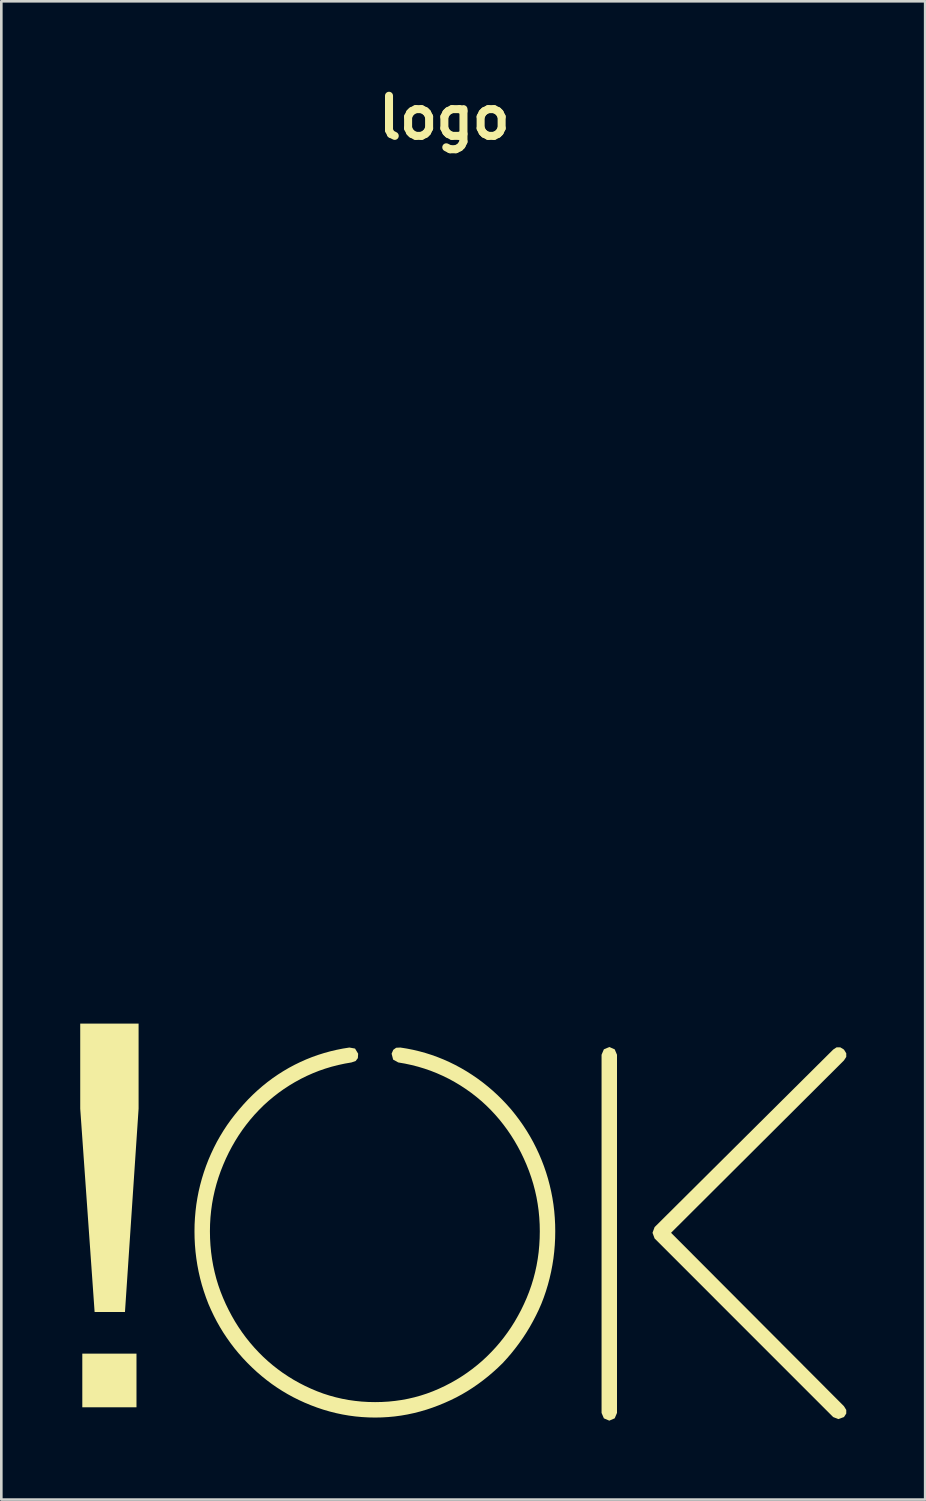
<source format=kicad_pcb>
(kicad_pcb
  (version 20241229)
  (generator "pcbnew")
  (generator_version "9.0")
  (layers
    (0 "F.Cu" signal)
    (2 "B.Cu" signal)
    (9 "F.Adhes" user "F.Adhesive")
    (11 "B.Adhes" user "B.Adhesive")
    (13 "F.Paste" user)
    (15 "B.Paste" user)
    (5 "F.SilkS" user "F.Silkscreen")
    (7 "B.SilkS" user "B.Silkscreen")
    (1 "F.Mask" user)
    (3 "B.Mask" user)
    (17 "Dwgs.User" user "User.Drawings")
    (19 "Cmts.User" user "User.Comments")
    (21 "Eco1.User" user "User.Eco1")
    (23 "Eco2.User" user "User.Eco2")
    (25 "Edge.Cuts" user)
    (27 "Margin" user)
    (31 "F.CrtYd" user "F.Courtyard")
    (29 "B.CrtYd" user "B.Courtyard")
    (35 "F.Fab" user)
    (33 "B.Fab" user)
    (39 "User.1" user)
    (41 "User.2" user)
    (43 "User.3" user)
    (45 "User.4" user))
  (footprint "logo"
    (layer "F.Cu")
    (at 14.094 43.426)
    (property "Reference" "logo" (at -0.25 -42 0) (layer "F.SilkS") (effects (font (size 1.524 1.524) (thickness 0.305))))
    (attr exclude_from_pos_files exclude_from_bom)
    (fp_poly (pts (xy -14.015 7.026) (xy -14.015 4.986) (xy -11.955 4.986) (xy -11.955 7.026) (xy -14.015 7.026)) (stroke (width 0) (type solid)) (fill yes) (layer "F.SilkS"))
    (fp_poly (pts (xy -13.547 3.404) (xy -14.094 -4.327) (xy -14.094 -7.561) (xy -11.875 -7.561) (xy -11.875 -4.327) (xy -12.393 3.404) (xy -13.547 3.404)) (stroke (width 0) (type solid)) (fill yes) (layer "F.SilkS"))
    (fp_poly (pts (xy 6.02 7.534) (xy 5.814 7.446) (xy 5.726 7.24) (xy 5.726 -6.377) (xy 5.814 -6.583) (xy 6.02 -6.671) (xy 6.225 -6.583) (xy 6.313 -6.377) (xy 6.313 7.24) (xy 6.225 7.446) (xy 6.02 7.534)) (stroke (width 0) (type solid)) (fill yes) (layer "F.SilkS"))
    (fp_poly (pts (xy 14.726 7.475) (xy 14.531 7.397) (xy 7.742 0.607) (xy 7.663 0.392) (xy 7.742 0.177) (xy 14.531 -6.573) (xy 14.663 -6.66) (xy 14.8 -6.66) (xy 14.942 -6.573) (xy 15.029 -6.432) (xy 15.029 -6.295) (xy 14.942 -6.162) (xy 8.368 0.392) (xy 14.942 6.986) (xy 15.029 7.127) (xy 15.029 7.264) (xy 14.942 7.397) (xy 14.726 7.475)) (stroke (width 0) (type solid)) (fill yes) (layer "F.SilkS"))
    (fp_poly (pts (xy -2.883 7.416) (xy -3.134 7.411) (xy -3.384 7.397) (xy -3.633 7.374) (xy -3.88 7.341) (xy -4.125 7.299) (xy -4.369 7.247) (xy -4.611 7.186) (xy -4.851 7.116) (xy -5.09 7.036) (xy -5.327 6.947) (xy -5.563 6.849) (xy -5.781 6.749) (xy -5.996 6.642) (xy -6.206 6.527) (xy -6.412 6.405) (xy -6.613 6.276) (xy -6.811 6.139) (xy -7.004 5.994) (xy -7.193 5.842) (xy -7.378 5.683) (xy -7.558 5.516) (xy -7.735 5.342) (xy -7.906 5.162) (xy -8.069 4.977) (xy -8.226 4.787) (xy -8.375 4.592) (xy -8.517 4.392) (xy -8.653 4.188) (xy -8.781 3.978) (xy -8.902 3.764) (xy -9.015 3.545) (xy -9.122 3.321) (xy -9.222 3.092) (xy -9.313 2.853) (xy -9.396 2.611) (xy -9.471 2.367) (xy -9.536 2.121) (xy -9.593 1.872) (xy -9.641 1.621) (xy -9.68 1.368) (xy -9.711 1.113) (xy -9.733 0.855) (xy -9.746 0.596) (xy -9.75 0.333) (xy -9.746 0.076) (xy -9.732 -0.179) (xy -9.71 -0.433) (xy -9.68 -0.684) (xy -9.64 -0.933) (xy -9.592 -1.181) (xy -9.534 -1.426) (xy -9.468 -1.67) (xy -9.393 -1.912) (xy -9.31 -2.151) (xy -9.218 -2.388) (xy -9.118 -2.619) (xy -9.011 -2.846) (xy -8.897 -3.069) (xy -8.774 -3.286) (xy -8.644 -3.499) (xy -8.507 -3.707) (xy -8.361 -3.911) (xy -8.208 -4.109) (xy -8.048 -4.304) (xy -7.881 -4.495) (xy -7.709 -4.68) (xy -7.533 -4.856) (xy -7.351 -5.025) (xy -7.165 -5.186) (xy -6.974 -5.34) (xy -6.778 -5.486) (xy -6.576 -5.625) (xy -6.371 -5.755) (xy -6.16 -5.879) (xy -5.945 -5.994) (xy -5.727 -6.1) (xy -5.505 -6.199) (xy -5.28 -6.289) (xy -5.052 -6.37) (xy -4.82 -6.443) (xy -4.585 -6.508) (xy -4.347 -6.564) (xy -4.106 -6.612) (xy -3.861 -6.651) (xy -3.646 -6.612) (xy -3.528 -6.417) (xy -3.539 -6.249) (xy -3.624 -6.138) (xy -3.783 -6.084) (xy -4.037 -6.04) (xy -4.287 -5.986) (xy -4.534 -5.923) (xy -4.776 -5.85) (xy -5.014 -5.768) (xy -5.248 -5.675) (xy -5.478 -5.573) (xy -5.703 -5.462) (xy -5.925 -5.341) (xy -6.141 -5.211) (xy -6.351 -5.074) (xy -6.553 -4.93) (xy -6.749 -4.778) (xy -6.938 -4.62) (xy -7.121 -4.454) (xy -7.296 -4.28) (xy -7.465 -4.1) (xy -7.627 -3.912) (xy -7.782 -3.718) (xy -7.93 -3.518) (xy -8.07 -3.312) (xy -8.202 -3.101) (xy -8.327 -2.883) (xy -8.445 -2.66) (xy -8.555 -2.431) (xy -8.657 -2.196) (xy -8.752 -1.956) (xy -8.838 -1.711) (xy -8.914 -1.464) (xy -8.98 -1.214) (xy -9.036 -0.962) (xy -9.082 -0.708) (xy -9.117 -0.451) (xy -9.143 -0.192) (xy -9.158 0.069) (xy -9.163 0.333) (xy -9.158 0.602) (xy -9.143 0.867) (xy -9.118 1.129) (xy -9.083 1.387) (xy -9.038 1.642) (xy -8.983 1.894) (xy -8.919 2.142) (xy -8.844 2.387) (xy -8.759 2.629) (xy -8.664 2.867) (xy -8.561 3.101) (xy -8.45 3.329) (xy -8.333 3.55) (xy -8.209 3.766) (xy -8.077 3.975) (xy -7.939 4.178) (xy -7.793 4.376) (xy -7.64 4.567) (xy -7.481 4.752) (xy -7.314 4.931) (xy -7.141 5.104) (xy -6.962 5.269) (xy -6.777 5.426) (xy -6.586 5.576) (xy -6.39 5.719) (xy -6.187 5.854) (xy -5.979 5.982) (xy -5.765 6.102) (xy -5.544 6.215) (xy -5.318 6.32) (xy -5.088 6.417) (xy -4.855 6.504) (xy -4.618 6.58) (xy -4.379 6.646) (xy -4.137 6.702) (xy -3.892 6.748) (xy -3.644 6.783) (xy -3.393 6.809) (xy -3.139 6.824) (xy -2.883 6.829) (xy -2.626 6.824) (xy -2.372 6.809) (xy -2.122 6.783) (xy -1.875 6.748) (xy -1.63 6.702) (xy -1.389 6.646) (xy -1.151 6.58) (xy -0.917 6.504) (xy -0.685 6.417) (xy -0.456 6.32) (xy -0.232 6.215) (xy -0.014 6.102) (xy 0.199 5.982) (xy 0.406 5.854) (xy 0.607 5.719) (xy 0.803 5.576) (xy 0.993 5.426) (xy 1.178 5.269) (xy 1.356 5.104) (xy 1.529 4.931) (xy 1.696 4.752) (xy 1.856 4.567) (xy 2.008 4.376) (xy 2.154 4.178) (xy 2.293 3.975) (xy 2.424 3.766) (xy 2.548 3.55) (xy 2.666 3.329) (xy 2.776 3.101) (xy 2.88 2.867) (xy 2.974 2.629) (xy 3.059 2.387) (xy 3.134 2.142) (xy 3.199 1.894) (xy 3.254 1.642) (xy 3.299 1.387) (xy 3.334 1.129) (xy 3.358 0.867) (xy 3.373 0.602) (xy 3.378 0.333) (xy 3.373 0.069) (xy 3.358 -0.192) (xy 3.333 -0.451) (xy 3.297 -0.708) (xy 3.252 -0.962) (xy 3.196 -1.214) (xy 3.13 -1.464) (xy 3.054 -1.711) (xy 2.968 -1.956) (xy 2.873 -2.196) (xy 2.77 -2.431) (xy 2.66 -2.66) (xy 2.542 -2.883) (xy 2.417 -3.101) (xy 2.285 -3.312) (xy 2.145 -3.518) (xy 1.997 -3.718) (xy 1.843 -3.912) (xy 1.68 -4.1) (xy 1.512 -4.28) (xy 1.336 -4.454) (xy 1.154 -4.62) (xy 0.965 -4.778) (xy 0.769 -4.93) (xy 0.566 -5.074) (xy 0.357 -5.211) (xy 0.14 -5.341) (xy -0.081 -5.462) (xy -0.307 -5.573) (xy -0.537 -5.675) (xy -0.771 -5.768) (xy -1.009 -5.85) (xy -1.251 -5.923) (xy -1.497 -5.986) (xy -1.748 -6.04) (xy -2.002 -6.084) (xy -2.198 -6.192) (xy -2.256 -6.417) (xy -2.193 -6.564) (xy -2.083 -6.643) (xy -1.924 -6.651) (xy -1.679 -6.612) (xy -1.437 -6.564) (xy -1.198 -6.507) (xy -0.963 -6.442) (xy -0.73 -6.368) (xy -0.501 -6.285) (xy -0.275 -6.194) (xy -0.052 -6.094) (xy 0.168 -5.986) (xy 0.385 -5.869) (xy 0.598 -5.744) (xy 0.805 -5.612) (xy 1.008 -5.473) (xy 1.205 -5.327) (xy 1.397 -5.174) (xy 1.585 -5.014) (xy 1.767 -4.847) (xy 1.944 -4.673) (xy 2.116 -4.492) (xy 2.283 -4.304) (xy 2.443 -4.106) (xy 2.596 -3.904) (xy 2.741 -3.698) (xy 2.878 -3.488) (xy 3.007 -3.274) (xy 3.128 -3.056) (xy 3.241 -2.833) (xy 3.347 -2.607) (xy 3.445 -2.376) (xy 3.535 -2.142) (xy 3.617 -1.904) (xy 3.69 -1.664) (xy 3.754 -1.422) (xy 3.81 -1.177) (xy 3.858 -0.931) (xy 3.897 -0.682) (xy 3.927 -0.432) (xy 3.948 -0.179) (xy 3.961 0.076) (xy 3.965 0.333) (xy 3.961 0.596) (xy 3.948 0.855) (xy 3.926 1.113) (xy 3.896 1.368) (xy 3.856 1.621) (xy 3.808 1.872) (xy 3.751 2.121) (xy 3.686 2.367) (xy 3.612 2.611) (xy 3.529 2.853) (xy 3.437 3.092) (xy 3.338 3.318) (xy 3.231 3.539) (xy 3.118 3.756) (xy 2.999 3.969) (xy 2.872 4.178) (xy 2.739 4.383) (xy 2.598 4.583) (xy 2.451 4.779) (xy 2.298 4.971) (xy 2.137 5.159) (xy 1.97 5.342) (xy 1.787 5.52) (xy 1.6 5.689) (xy 1.411 5.85) (xy 1.218 6.003) (xy 1.022 6.148) (xy 0.823 6.285) (xy 0.621 6.414) (xy 0.415 6.535) (xy 0.206 6.648) (xy -0.006 6.752) (xy -0.222 6.849) (xy -0.457 6.947) (xy -0.694 7.036) (xy -0.932 7.116) (xy -1.171 7.186) (xy -1.412 7.247) (xy -1.654 7.299) (xy -1.897 7.341) (xy -2.141 7.374) (xy -2.387 7.397) (xy -2.634 7.411) (xy -2.883 7.416)) (stroke (width 0) (type solid)) (fill yes) (layer "F.SilkS")))
  (gr_rect
    (start -3 -3)
    (end 32.123 53.96)
    (stroke (width 0.1) (type default))
    (fill no)
    (layer "Edge.Cuts")))
</source>
